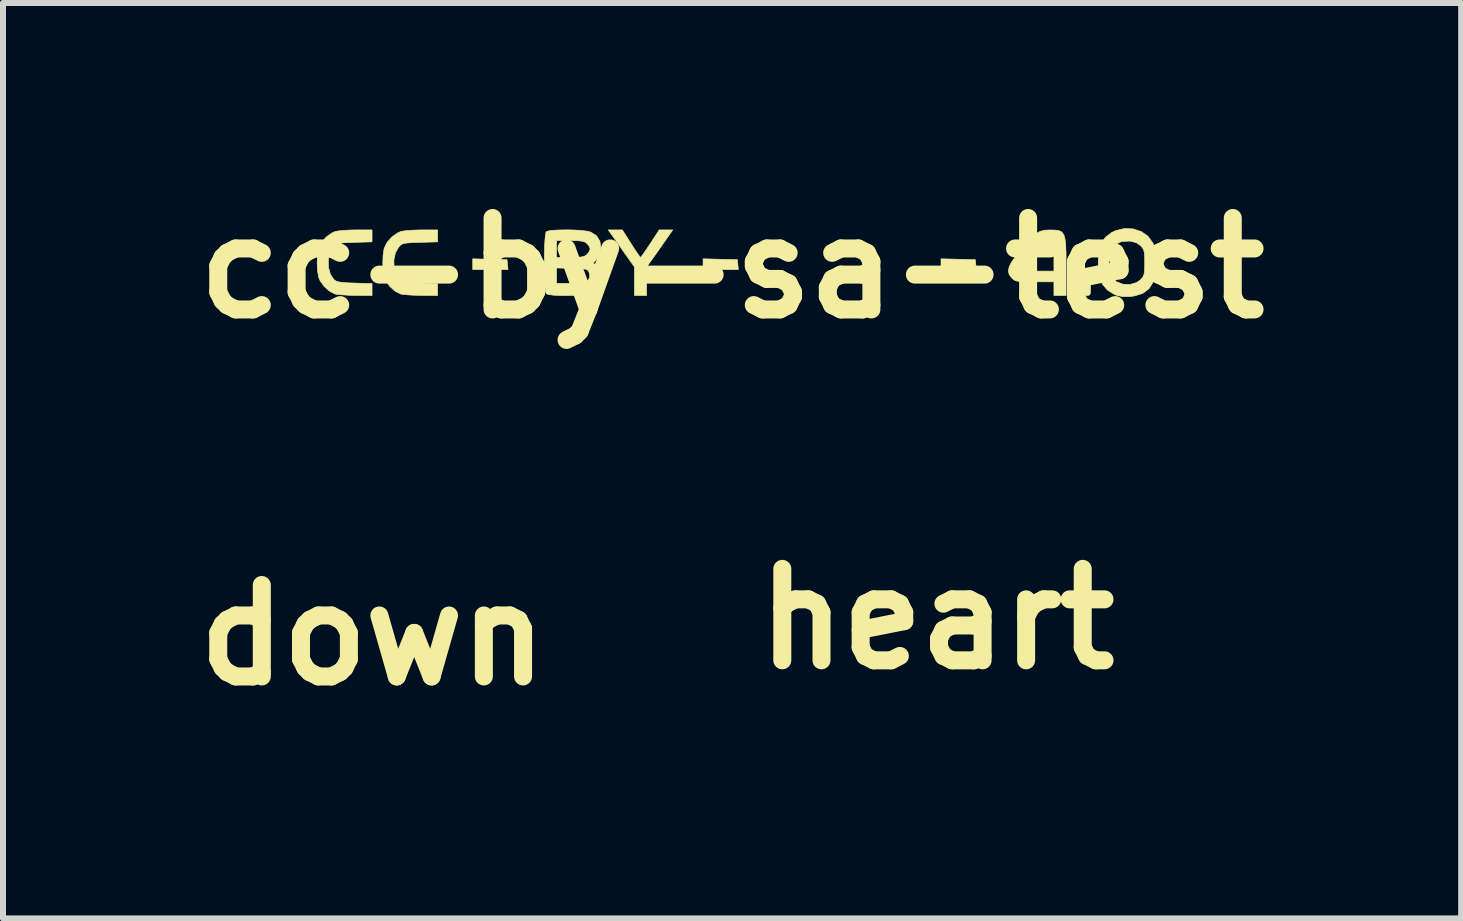
<source format=kicad_pcb>
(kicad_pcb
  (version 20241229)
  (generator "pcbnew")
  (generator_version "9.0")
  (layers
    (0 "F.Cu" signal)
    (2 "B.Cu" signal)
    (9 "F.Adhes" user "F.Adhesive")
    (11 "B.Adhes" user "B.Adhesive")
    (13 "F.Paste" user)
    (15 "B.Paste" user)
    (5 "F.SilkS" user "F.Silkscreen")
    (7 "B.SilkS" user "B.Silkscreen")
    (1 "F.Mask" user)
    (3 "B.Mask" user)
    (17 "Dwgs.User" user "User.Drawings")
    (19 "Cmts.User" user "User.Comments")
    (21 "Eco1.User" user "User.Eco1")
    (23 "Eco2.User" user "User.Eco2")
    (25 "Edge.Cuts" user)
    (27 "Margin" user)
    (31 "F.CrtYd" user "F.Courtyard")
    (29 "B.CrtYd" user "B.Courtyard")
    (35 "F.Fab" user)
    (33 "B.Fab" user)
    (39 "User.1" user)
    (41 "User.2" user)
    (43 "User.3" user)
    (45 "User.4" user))
  (footprint "cc-by-sa-test"
    (layer "F.Cu")
    (at 9.151 1.418)
    (property "Reference" "cc-by-sa-test" (at 0 0 0) (layer "F.SilkS") (effects (font (size 1.524 1.524) (thickness 0.3))))
    (attr through_hole)
    (fp_poly (pts (xy 1.576 -0.432) (xy 1.27 -0.432) (xy 1.115 -0.43) (xy 1.005 -0.423) (xy 0.931 -0.407) (xy 0.888 -0.383) (xy 0.868 -0.346) (xy 0.864 -0.309) (xy 0.873 -0.247) (xy 0.904 -0.207) (xy 0.965 -0.186) (xy 1.066 -0.178) (xy 1.105 -0.177) (xy 1.288 -0.167) (xy 1.435 -0.139) (xy 1.539 -0.094) (xy 1.569 -0.071) (xy 1.621 0.009) (xy 1.644 0.113) (xy 1.637 0.223) (xy 1.615 0.288) (xy 1.579 0.348) (xy 1.533 0.393) (xy 1.469 0.424) (xy 1.378 0.444) (xy 1.254 0.454) (xy 1.088 0.458) (xy 1.045 0.458) (xy 0.686 0.458) (xy 0.686 0.254) (xy 1.019 0.254) (xy 1.148 0.252) (xy 1.261 0.247) (xy 1.348 0.239) (xy 1.397 0.229) (xy 1.4 0.228) (xy 1.435 0.185) (xy 1.449 0.122) (xy 1.44 0.062) (xy 1.417 0.033) (xy 1.38 0.024) (xy 1.304 0.014) (xy 1.201 0.005) (xy 1.113 -0.000156) (xy 0.991 -0.007) (xy 0.909 -0.014) (xy 0.854 -0.026) (xy 0.814 -0.045) (xy 0.779 -0.074) (xy 0.759 -0.094) (xy 0.706 -0.156) (xy 0.682 -0.218) (xy 0.676 -0.3) (xy 0.682 -0.41) (xy 0.708 -0.494) (xy 0.758 -0.556) (xy 0.84 -0.597) (xy 0.957 -0.622) (xy 1.115 -0.634) (xy 1.243 -0.636) (xy 1.576 -0.636) (xy 1.576 -0.432)) (stroke (width 0.01) (type solid)) (fill yes) (layer "F.Mask"))
    (fp_poly (pts (xy -3.75 -0.14) (xy -3.734 0.025) (xy -4.322 0.025) (xy -4.322 -0.154) (xy -3.75 -0.14)) (stroke (width 0.01) (type solid)) (fill yes) (layer "F.SilkS"))
    (fp_poly (pts (xy 0.089 -0.14) (xy 0.097 -0.057) (xy 0.105 0.025) (xy -0.483 0.025) (xy -0.483 -0.154) (xy 0.089 -0.14)) (stroke (width 0.01) (type solid)) (fill yes) (layer "F.SilkS"))
    (fp_poly (pts (xy 4.055 -0.14) (xy 4.063 -0.057) (xy 4.071 0.025) (xy 3.483 0.025) (xy 3.483 -0.154) (xy 4.055 -0.14)) (stroke (width 0.01) (type solid)) (fill yes) (layer "F.SilkS"))
    (fp_poly (pts (xy 5.941 0.231) (xy 5.967 0.248) (xy 5.974 0.292) (xy 5.975 0.343) (xy 5.973 0.414) (xy 5.96 0.447) (xy 5.926 0.457) (xy 5.886 0.458) (xy 5.831 0.455) (xy 5.805 0.439) (xy 5.798 0.394) (xy 5.797 0.343) (xy 5.799 0.273) (xy 5.812 0.24) (xy 5.846 0.23) (xy 5.886 0.229) (xy 5.941 0.231)) (stroke (width 0.01) (type solid)) (fill yes) (layer "F.SilkS"))
    (fp_poly (pts (xy -1.683 -0.407) (xy -1.623 -0.314) (xy -1.572 -0.239) (xy -1.538 -0.191) (xy -1.526 -0.179) (xy -1.507 -0.199) (xy -1.468 -0.253) (xy -1.413 -0.332) (xy -1.363 -0.407) (xy -1.214 -0.636) (xy -0.989 -0.636) (xy -1.072 -0.515) (xy -1.127 -0.436) (xy -1.198 -0.335) (xy -1.272 -0.23) (xy -1.289 -0.206) (xy -1.424 -0.018) (xy -1.424 0.458) (xy -1.627 0.458) (xy -1.627 -0.019) (xy -1.796 -0.257) (xy -1.868 -0.36) (xy -1.935 -0.455) (xy -1.987 -0.529) (xy -2.014 -0.566) (xy -2.063 -0.636) (xy -1.828 -0.636) (xy -1.683 -0.407)) (stroke (width 0.01) (type solid)) (fill yes) (layer "F.SilkS"))
    (fp_poly (pts (xy -6 -0.437) (xy -6.295 -0.428) (xy -6.422 -0.424) (xy -6.508 -0.418) (xy -6.565 -0.409) (xy -6.602 -0.394) (xy -6.63 -0.371) (xy -6.649 -0.35) (xy -6.704 -0.254) (xy -6.729 -0.136) (xy -6.726 -0.012) (xy -6.696 0.101) (xy -6.638 0.188) (xy -6.634 0.193) (xy -6.602 0.215) (xy -6.556 0.23) (xy -6.487 0.24) (xy -6.384 0.247) (xy -6.29 0.25) (xy -6 0.259) (xy -6 0.458) (xy -6.274 0.455) (xy -6.395 0.453) (xy -6.504 0.446) (xy -6.587 0.438) (xy -6.621 0.431) (xy -6.711 0.384) (xy -6.798 0.306) (xy -6.865 0.213) (xy -6.89 0.154) (xy -6.908 0.048) (xy -6.915 -0.083) (xy -6.909 -0.215) (xy -6.892 -0.324) (xy -6.89 -0.332) (xy -6.842 -0.429) (xy -6.76 -0.521) (xy -6.662 -0.589) (xy -6.609 -0.611) (xy -6.546 -0.621) (xy -6.448 -0.63) (xy -6.331 -0.635) (xy -6.261 -0.636) (xy -6 -0.636) (xy -6 -0.437)) (stroke (width 0.01) (type solid)) (fill yes) (layer "F.SilkS"))
    (fp_poly (pts (xy -4.907 -0.437) (xy -5.202 -0.428) (xy -5.329 -0.424) (xy -5.415 -0.418) (xy -5.472 -0.409) (xy -5.509 -0.394) (xy -5.537 -0.371) (xy -5.556 -0.35) (xy -5.61 -0.254) (xy -5.636 -0.136) (xy -5.633 -0.012) (xy -5.603 0.101) (xy -5.545 0.188) (xy -5.54 0.193) (xy -5.508 0.215) (xy -5.463 0.23) (xy -5.394 0.24) (xy -5.291 0.247) (xy -5.197 0.25) (xy -4.907 0.259) (xy -4.907 0.458) (xy -5.18 0.455) (xy -5.301 0.453) (xy -5.411 0.446) (xy -5.493 0.438) (xy -5.528 0.431) (xy -5.617 0.384) (xy -5.704 0.306) (xy -5.772 0.213) (xy -5.797 0.154) (xy -5.815 0.048) (xy -5.821 -0.083) (xy -5.816 -0.215) (xy -5.799 -0.324) (xy -5.797 -0.332) (xy -5.749 -0.429) (xy -5.667 -0.521) (xy -5.569 -0.589) (xy -5.516 -0.611) (xy -5.453 -0.621) (xy -5.355 -0.63) (xy -5.238 -0.635) (xy -5.168 -0.636) (xy -4.907 -0.636) (xy -4.907 -0.437)) (stroke (width 0.01) (type solid)) (fill yes) (layer "F.SilkS"))
    (fp_poly (pts (xy 5.387 -0.633) (xy 5.45 -0.624) (xy 5.496 -0.601) (xy 5.529 -0.558) (xy 5.549 -0.49) (xy 5.561 -0.391) (xy 5.567 -0.255) (xy 5.568 -0.075) (xy 5.568 -0.014) (xy 5.568 0.458) (xy 5.365 0.458) (xy 5.365 0.229) (xy 5.046 0.229) (xy 4.913 0.228) (xy 4.821 0.226) (xy 4.759 0.219) (xy 4.719 0.208) (xy 4.688 0.189) (xy 4.661 0.163) (xy 4.619 0.108) (xy 4.605 0.048) (xy 4.613 0.009) (xy 4.835 0.009) (xy 4.864 0.036) (xy 4.937 0.048) (xy 5.057 0.051) (xy 5.098 0.051) (xy 5.365 0.051) (xy 5.365 -0.432) (xy 5.282 -0.432) (xy 5.238 -0.431) (xy 5.202 -0.423) (xy 5.168 -0.403) (xy 5.125 -0.364) (xy 5.064 -0.299) (xy 4.989 -0.214) (xy 4.9 -0.11) (xy 4.848 -0.038) (xy 4.835 0.009) (xy 4.613 0.009) (xy 4.62 -0.023) (xy 4.667 -0.112) (xy 4.748 -0.224) (xy 4.823 -0.317) (xy 4.927 -0.438) (xy 5.008 -0.524) (xy 5.077 -0.581) (xy 5.141 -0.614) (xy 5.209 -0.631) (xy 5.291 -0.635) (xy 5.305 -0.635) (xy 5.387 -0.633)) (stroke (width 0.01) (type solid)) (fill yes) (layer "F.SilkS"))
    (fp_poly (pts (xy 6.686 -0.653) (xy 6.826 -0.606) (xy 6.933 -0.53) (xy 7.017 -0.414) (xy 7.069 -0.266) (xy 7.086 -0.095) (xy 7.07 0.066) (xy 7.024 0.225) (xy 6.95 0.343) (xy 6.845 0.422) (xy 6.706 0.465) (xy 6.627 0.475) (xy 6.51 0.475) (xy 6.419 0.457) (xy 6.369 0.437) (xy 6.256 0.366) (xy 6.176 0.272) (xy 6.127 0.15) (xy 6.105 -0.009) (xy 6.103 -0.095) (xy 6.104 -0.113) (xy 6.282 -0.113) (xy 6.291 0.023) (xy 6.33 0.137) (xy 6.398 0.22) (xy 6.415 0.232) (xy 6.519 0.27) (xy 6.634 0.273) (xy 6.743 0.241) (xy 6.81 0.194) (xy 6.843 0.156) (xy 6.863 0.117) (xy 6.874 0.062) (xy 6.877 -0.022) (xy 6.878 -0.089) (xy 6.876 -0.196) (xy 6.87 -0.266) (xy 6.856 -0.313) (xy 6.831 -0.349) (xy 6.81 -0.372) (xy 6.739 -0.423) (xy 6.645 -0.447) (xy 6.619 -0.45) (xy 6.491 -0.442) (xy 6.392 -0.395) (xy 6.325 -0.31) (xy 6.307 -0.262) (xy 6.282 -0.113) (xy 6.104 -0.113) (xy 6.115 -0.271) (xy 6.155 -0.409) (xy 6.224 -0.514) (xy 6.327 -0.592) (xy 6.388 -0.622) (xy 6.536 -0.659) (xy 6.686 -0.653)) (stroke (width 0.01) (type solid)) (fill yes) (layer "F.SilkS"))
    (fp_poly (pts (xy -2.627 -0.634) (xy -2.512 -0.627) (xy -2.417 -0.616) (xy -2.355 -0.6) (xy -2.354 -0.6) (xy -2.257 -0.537) (xy -2.202 -0.446) (xy -2.187 -0.34) (xy -2.203 -0.236) (xy -2.249 -0.158) (xy -2.312 -0.084) (xy -2.249 -0.025) (xy -2.207 0.03) (xy -2.189 0.099) (xy -2.187 0.151) (xy -2.204 0.273) (xy -2.259 0.361) (xy -2.354 0.422) (xy -2.354 0.422) (xy -2.416 0.437) (xy -2.51 0.449) (xy -2.625 0.456) (xy -2.749 0.459) (xy -2.87 0.457) (xy -2.976 0.452) (xy -3.056 0.442) (xy -3.097 0.427) (xy -3.097 0.427) (xy -3.108 0.391) (xy -3.117 0.314) (xy -3.121 0.254) (xy -2.924 0.254) (xy -2.686 0.254) (xy -2.571 0.253) (xy -2.495 0.247) (xy -2.447 0.236) (xy -2.415 0.216) (xy -2.402 0.203) (xy -2.37 0.151) (xy -2.377 0.091) (xy -2.38 0.082) (xy -2.392 0.051) (xy -2.411 0.03) (xy -2.445 0.018) (xy -2.505 0.011) (xy -2.602 0.007) (xy -2.664 0.005) (xy -2.924 -0.002) (xy -2.924 0.254) (xy -3.121 0.254) (xy -3.123 0.205) (xy -3.127 0.076) (xy -3.129 -0.065) (xy -3.128 -0.208) (xy -3.125 -0.343) (xy -3.119 -0.458) (xy -2.924 -0.458) (xy -2.924 -0.178) (xy -2.695 -0.178) (xy -2.581 -0.18) (xy -2.506 -0.186) (xy -2.457 -0.199) (xy -2.423 -0.221) (xy -2.415 -0.229) (xy -2.378 -0.279) (xy -2.365 -0.318) (xy -2.381 -0.363) (xy -2.415 -0.407) (xy -2.448 -0.432) (xy -2.491 -0.447) (xy -2.558 -0.455) (xy -2.661 -0.458) (xy -2.695 -0.458) (xy -2.924 -0.458) (xy -3.119 -0.458) (xy -3.119 -0.459) (xy -3.111 -0.548) (xy -3.101 -0.598) (xy -3.097 -0.605) (xy -3.057 -0.62) (xy -2.978 -0.63) (xy -2.872 -0.635) (xy -2.751 -0.637) (xy -2.627 -0.634)) (stroke (width 0.01) (type solid)) (fill yes) (layer "F.SilkS"))
    (fp_poly (pts (xy 2.433 -0.651) (xy 2.488 -0.637) (xy 2.552 -0.593) (xy 2.592 -0.54) (xy 2.611 -0.495) (xy 2.643 -0.412) (xy 2.687 -0.302) (xy 2.736 -0.173) (xy 2.788 -0.037) (xy 2.839 0.097) (xy 2.885 0.219) (xy 2.923 0.319) (xy 2.938 0.362) (xy 2.973 0.458) (xy 2.866 0.457) (xy 2.759 0.457) (xy 2.59 0.006) (xy 2.527 -0.158) (xy 2.479 -0.278) (xy 2.441 -0.362) (xy 2.412 -0.414) (xy 2.389 -0.44) (xy 2.374 -0.445) (xy 2.353 -0.435) (xy 2.328 -0.403) (xy 2.296 -0.343) (xy 2.253 -0.249) (xy 2.199 -0.117) (xy 2.15 0.006) (xy 1.973 0.458) (xy 1.76 0.458) (xy 1.962 -0.057) (xy 2.023 -0.21) (xy 2.08 -0.348) (xy 2.129 -0.464) (xy 2.167 -0.549) (xy 2.191 -0.598) (xy 2.196 -0.605) (xy 2.256 -0.637) (xy 2.342 -0.654) (xy 2.433 -0.651)) (stroke (width 0.01) (type solid)) (fill no) (layer "Margin")))
  (footprint "heart"
    (layer "F.Cu")
    (at 12.565 7.266)
    (property "Reference" "heart" (at 0 0 0) (layer "F.SilkS") (effects (font (size 1.524 1.524) (thickness 0.3))))
    (attr through_hole)
    (fp_poly (pts (xy 1.016 -1.424) (xy 1.118 -1.417) (xy 1.197 -1.402) (xy 1.27 -1.377) (xy 1.326 -1.351) (xy 1.516 -1.232) (xy 1.666 -1.078) (xy 1.774 -0.895) (xy 1.838 -0.688) (xy 1.856 -0.465) (xy 1.827 -0.231) (xy 1.749 0.008) (xy 1.73 0.052) (xy 1.612 0.254) (xy 1.445 0.465) (xy 1.236 0.679) (xy 0.991 0.89) (xy 0.715 1.092) (xy 0.642 1.141) (xy 0.509 1.223) (xy 0.37 1.302) (xy 0.238 1.371) (xy 0.122 1.426) (xy 0.034 1.459) (xy -0.007 1.468) (xy -0.048 1.455) (xy -0.124 1.423) (xy -0.222 1.376) (xy -0.259 1.358) (xy -0.59 1.171) (xy -0.886 0.965) (xy -1.164 0.726) (xy -1.285 0.609) (xy -1.455 0.43) (xy -1.585 0.273) (xy -1.683 0.127) (xy -1.753 -0.019) (xy -1.804 -0.175) (xy -1.824 -0.261) (xy -1.849 -0.501) (xy -1.824 -0.728) (xy -1.751 -0.934) (xy -1.632 -1.114) (xy -1.471 -1.263) (xy -1.332 -1.346) (xy -1.253 -1.383) (xy -1.182 -1.406) (xy -1.103 -1.419) (xy -0.999 -1.424) (xy -0.875 -1.425) (xy -0.734 -1.424) (xy -0.633 -1.417) (xy -0.553 -1.402) (xy -0.476 -1.376) (xy -0.406 -1.345) (xy -0.292 -1.282) (xy -0.179 -1.201) (xy -0.114 -1.144) (xy 0.005 -1.023) (xy 0.116 -1.143) (xy 0.213 -1.229) (xy 0.337 -1.31) (xy 0.402 -1.344) (xy 0.489 -1.381) (xy 0.565 -1.405) (xy 0.647 -1.419) (xy 0.754 -1.424) (xy 0.875 -1.425) (xy 1.016 -1.424)) (stroke (width 0.01) (type solid)) (fill yes) (layer "F.Mask")))
  (footprint "down"
    (layer "F.Cu")
    (at 3.164 7.535)
    (property "Reference" "down" (at 0 0 0) (layer "F.SilkS") (effects (font (size 1.524 1.524) (thickness 0.3))))
    (attr through_hole)
    (fp_poly (pts (xy 0.122 -1.693) (xy 0.314 -1.677) (xy 0.454 -1.65) (xy 0.658 -1.584) (xy 0.841 -1.492) (xy 1.019 -1.366) (xy 1.205 -1.196) (xy 1.214 -1.187) (xy 1.391 -0.99) (xy 1.523 -0.799) (xy 1.616 -0.599) (xy 1.68 -0.377) (xy 1.68 -0.375) (xy 1.72 -0.059) (xy 1.705 0.247) (xy 1.636 0.541) (xy 1.514 0.818) (xy 1.34 1.075) (xy 1.213 1.216) (xy 0.976 1.416) (xy 0.714 1.567) (xy 0.431 1.668) (xy 0.132 1.717) (xy -0.177 1.712) (xy -0.387 1.679) (xy -0.641 1.596) (xy -0.885 1.465) (xy -1.11 1.292) (xy -1.308 1.086) (xy -1.474 0.855) (xy -1.597 0.605) (xy -1.65 0.439) (xy -1.678 0.279) (xy -1.691 0.087) (xy -1.689 -0.114) (xy -1.677 -0.254) (xy -0.775 -0.254) (xy -0.381 0.141) (xy -0.26 0.262) (xy -0.155 0.368) (xy -0.07 0.453) (xy -0.012 0.511) (xy 0.014 0.536) (xy 0.014 0.536) (xy 0.033 0.517) (xy 0.086 0.464) (xy 0.167 0.383) (xy 0.27 0.281) (xy 0.388 0.162) (xy 0.409 0.141) (xy 0.804 -0.254) (xy -0.775 -0.254) (xy -1.677 -0.254) (xy -1.673 -0.303) (xy -1.649 -0.433) (xy -1.551 -0.701) (xy -1.406 -0.952) (xy -1.219 -1.178) (xy -0.999 -1.373) (xy -0.752 -1.528) (xy -0.486 -1.637) (xy -0.435 -1.651) (xy -0.274 -1.68) (xy -0.081 -1.694) (xy 0.122 -1.693)) (stroke (width 0.01) (type solid)) (fill yes) (layer "F.Mask")))
  (gr_rect
    (start -3 -3)
    (end 21.303 12.257)
    (stroke (width 0.1) (type default))
    (fill no)
    (layer "Edge.Cuts")))
</source>
